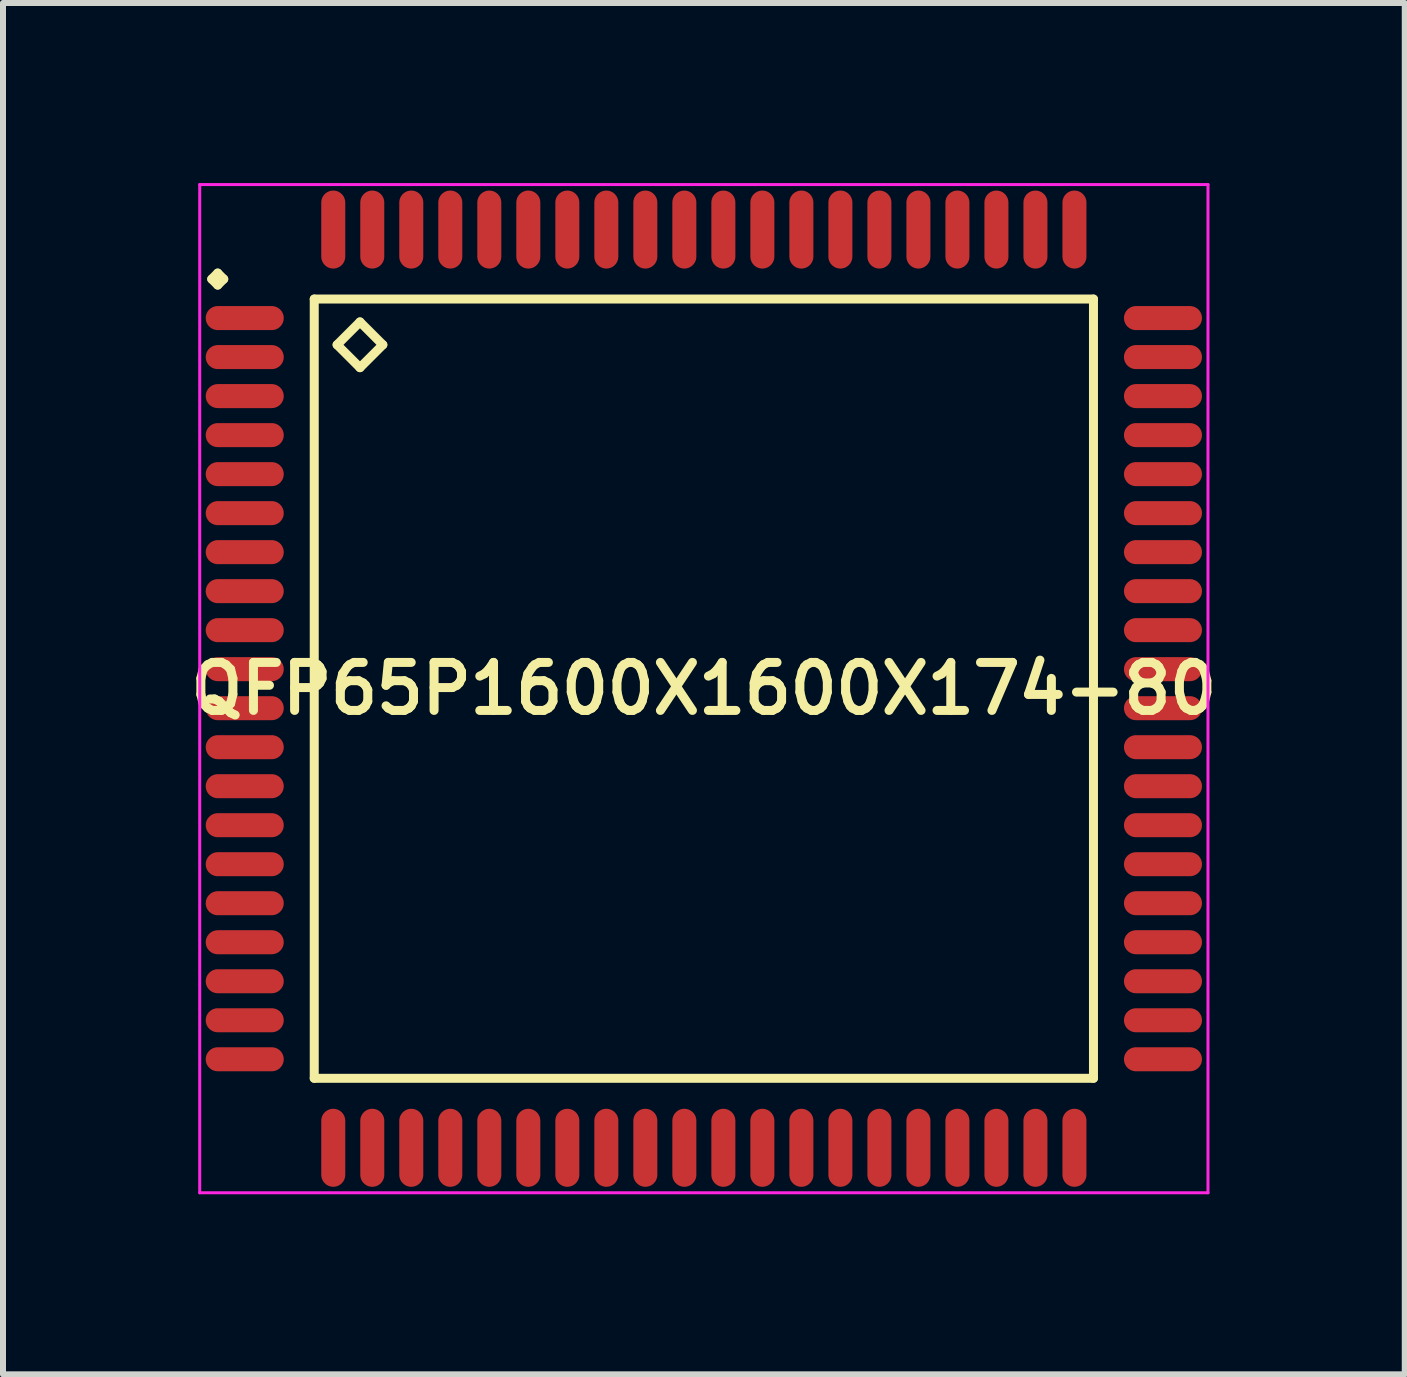
<source format=kicad_pcb>
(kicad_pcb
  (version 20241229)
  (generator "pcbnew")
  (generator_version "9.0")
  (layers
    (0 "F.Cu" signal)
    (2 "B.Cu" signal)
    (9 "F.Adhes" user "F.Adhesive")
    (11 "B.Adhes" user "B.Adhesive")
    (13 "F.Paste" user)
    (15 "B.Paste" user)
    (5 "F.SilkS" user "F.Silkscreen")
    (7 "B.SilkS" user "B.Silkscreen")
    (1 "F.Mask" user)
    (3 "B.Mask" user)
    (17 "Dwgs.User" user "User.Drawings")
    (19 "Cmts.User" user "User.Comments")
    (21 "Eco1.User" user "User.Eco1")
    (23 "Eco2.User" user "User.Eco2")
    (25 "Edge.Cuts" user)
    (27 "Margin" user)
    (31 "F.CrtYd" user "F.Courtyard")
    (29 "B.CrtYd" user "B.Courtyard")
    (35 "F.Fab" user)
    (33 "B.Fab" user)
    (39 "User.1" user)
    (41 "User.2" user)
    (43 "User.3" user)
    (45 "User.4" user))
  (footprint "QFP65P1600X1600X174-80"
    (layer "F.Cu")
    (at 8.678 8.425)
    (property "Reference" "QFP65P1600X1600X174-80" (at 0 0 0) (layer "F.SilkS") (effects (font (size 0.8 0.8) (thickness 0.15))))
    (attr smd)
    (fp_line (start -8.2 -6.825) (end -8.1 -6.925) (stroke (width 0.15) (type solid)) (layer "F.SilkS"))
    (fp_line (start -8.1 -6.925) (end -8 -6.825) (stroke (width 0.15) (type solid)) (layer "F.SilkS"))
    (fp_line (start -8.1 -6.725) (end -8.2 -6.825) (stroke (width 0.15) (type solid)) (layer "F.SilkS"))
    (fp_line (start -8 -6.825) (end -8.1 -6.725) (stroke (width 0.15) (type solid)) (layer "F.SilkS"))
    (fp_line (start -6.492 -6.492) (end -6.492 6.492) (stroke (width 0.15) (type solid)) (layer "F.SilkS"))
    (fp_line (start -6.492 6.492) (end 6.492 6.492) (stroke (width 0.15) (type solid)) (layer "F.SilkS"))
    (fp_line (start -6.111 -5.73) (end -5.73 -6.111) (stroke (width 0.15) (type solid)) (layer "F.SilkS"))
    (fp_line (start -5.73 -6.111) (end -5.349 -5.73) (stroke (width 0.15) (type solid)) (layer "F.SilkS"))
    (fp_line (start -5.73 -5.349) (end -6.111 -5.73) (stroke (width 0.15) (type solid)) (layer "F.SilkS"))
    (fp_line (start -5.349 -5.73) (end -5.73 -5.349) (stroke (width 0.15) (type solid)) (layer "F.SilkS"))
    (fp_line (start 6.492 -6.492) (end -6.492 -6.492) (stroke (width 0.15) (type solid)) (layer "F.SilkS"))
    (fp_line (start 6.492 6.492) (end 6.492 -6.492) (stroke (width 0.15) (type solid)) (layer "F.SilkS"))
    (fp_line (start -8.4 -8.4) (end 8.4 -8.4) (stroke (width 0.05) (type solid)) (layer "F.CrtYd"))
    (fp_line (start -8.4 8.4) (end -8.4 -8.4) (stroke (width 0.05) (type solid)) (layer "F.CrtYd"))
    (fp_line (start 8.4 -8.4) (end 8.4 8.4) (stroke (width 0.05) (type solid)) (layer "F.CrtYd"))
    (fp_line (start 8.4 8.4) (end -8.4 8.4) (stroke (width 0.05) (type solid)) (layer "F.CrtYd"))
    (pad "1" smd oval (at -7.65 -6.175) (size 1.3 0.4) (layers "F.Cu" "F.Mask" "F.Paste"))
    (pad "2" smd oval (at -7.65 -5.525) (size 1.3 0.4) (layers "F.Cu" "F.Mask" "F.Paste"))
    (pad "3" smd oval (at -7.65 -4.875) (size 1.3 0.4) (layers "F.Cu" "F.Mask" "F.Paste"))
    (pad "4" smd oval (at -7.65 -4.225) (size 1.3 0.4) (layers "F.Cu" "F.Mask" "F.Paste"))
    (pad "5" smd oval (at -7.65 -3.575) (size 1.3 0.4) (layers "F.Cu" "F.Mask" "F.Paste"))
    (pad "6" smd oval (at -7.65 -2.925) (size 1.3 0.4) (layers "F.Cu" "F.Mask" "F.Paste"))
    (pad "7" smd oval (at -7.65 -2.275) (size 1.3 0.4) (layers "F.Cu" "F.Mask" "F.Paste"))
    (pad "8" smd oval (at -7.65 -1.625) (size 1.3 0.4) (layers "F.Cu" "F.Mask" "F.Paste"))
    (pad "9" smd oval (at -7.65 -0.975) (size 1.3 0.4) (layers "F.Cu" "F.Mask" "F.Paste"))
    (pad "10" smd oval (at -7.65 -0.325) (size 1.3 0.4) (layers "F.Cu" "F.Mask" "F.Paste"))
    (pad "11" smd oval (at -7.65 0.325) (size 1.3 0.4) (layers "F.Cu" "F.Mask" "F.Paste"))
    (pad "12" smd oval (at -7.65 0.975) (size 1.3 0.4) (layers "F.Cu" "F.Mask" "F.Paste"))
    (pad "13" smd oval (at -7.65 1.625) (size 1.3 0.4) (layers "F.Cu" "F.Mask" "F.Paste"))
    (pad "14" smd oval (at -7.65 2.275) (size 1.3 0.4) (layers "F.Cu" "F.Mask" "F.Paste"))
    (pad "15" smd oval (at -7.65 2.925) (size 1.3 0.4) (layers "F.Cu" "F.Mask" "F.Paste"))
    (pad "16" smd oval (at -7.65 3.575) (size 1.3 0.4) (layers "F.Cu" "F.Mask" "F.Paste"))
    (pad "17" smd oval (at -7.65 4.225) (size 1.3 0.4) (layers "F.Cu" "F.Mask" "F.Paste"))
    (pad "18" smd oval (at -7.65 4.875) (size 1.3 0.4) (layers "F.Cu" "F.Mask" "F.Paste"))
    (pad "19" smd oval (at -7.65 5.525) (size 1.3 0.4) (layers "F.Cu" "F.Mask" "F.Paste"))
    (pad "20" smd oval (at -7.65 6.175) (size 1.3 0.4) (layers "F.Cu" "F.Mask" "F.Paste"))
    (pad "21" smd oval (at -6.175 7.65) (size 0.4 1.3) (layers "F.Cu" "F.Mask" "F.Paste"))
    (pad "22" smd oval (at -5.525 7.65) (size 0.4 1.3) (layers "F.Cu" "F.Mask" "F.Paste"))
    (pad "23" smd oval (at -4.875 7.65) (size 0.4 1.3) (layers "F.Cu" "F.Mask" "F.Paste"))
    (pad "24" smd oval (at -4.225 7.65) (size 0.4 1.3) (layers "F.Cu" "F.Mask" "F.Paste"))
    (pad "25" smd oval (at -3.575 7.65) (size 0.4 1.3) (layers "F.Cu" "F.Mask" "F.Paste"))
    (pad "26" smd oval (at -2.925 7.65) (size 0.4 1.3) (layers "F.Cu" "F.Mask" "F.Paste"))
    (pad "27" smd oval (at -2.275 7.65) (size 0.4 1.3) (layers "F.Cu" "F.Mask" "F.Paste"))
    (pad "28" smd oval (at -1.625 7.65) (size 0.4 1.3) (layers "F.Cu" "F.Mask" "F.Paste"))
    (pad "29" smd oval (at -0.975 7.65) (size 0.4 1.3) (layers "F.Cu" "F.Mask" "F.Paste"))
    (pad "30" smd oval (at -0.325 7.65) (size 0.4 1.3) (layers "F.Cu" "F.Mask" "F.Paste"))
    (pad "31" smd oval (at 0.325 7.65) (size 0.4 1.3) (layers "F.Cu" "F.Mask" "F.Paste"))
    (pad "32" smd oval (at 0.975 7.65) (size 0.4 1.3) (layers "F.Cu" "F.Mask" "F.Paste"))
    (pad "33" smd oval (at 1.625 7.65) (size 0.4 1.3) (layers "F.Cu" "F.Mask" "F.Paste"))
    (pad "34" smd oval (at 2.275 7.65) (size 0.4 1.3) (layers "F.Cu" "F.Mask" "F.Paste"))
    (pad "35" smd oval (at 2.925 7.65) (size 0.4 1.3) (layers "F.Cu" "F.Mask" "F.Paste"))
    (pad "36" smd oval (at 3.575 7.65) (size 0.4 1.3) (layers "F.Cu" "F.Mask" "F.Paste"))
    (pad "37" smd oval (at 4.225 7.65) (size 0.4 1.3) (layers "F.Cu" "F.Mask" "F.Paste"))
    (pad "38" smd oval (at 4.875 7.65) (size 0.4 1.3) (layers "F.Cu" "F.Mask" "F.Paste"))
    (pad "39" smd oval (at 5.525 7.65) (size 0.4 1.3) (layers "F.Cu" "F.Mask" "F.Paste"))
    (pad "40" smd oval (at 6.175 7.65) (size 0.4 1.3) (layers "F.Cu" "F.Mask" "F.Paste"))
    (pad "41" smd oval (at 7.65 6.175) (size 1.3 0.4) (layers "F.Cu" "F.Mask" "F.Paste"))
    (pad "42" smd oval (at 7.65 5.525) (size 1.3 0.4) (layers "F.Cu" "F.Mask" "F.Paste"))
    (pad "43" smd oval (at 7.65 4.875) (size 1.3 0.4) (layers "F.Cu" "F.Mask" "F.Paste"))
    (pad "44" smd oval (at 7.65 4.225) (size 1.3 0.4) (layers "F.Cu" "F.Mask" "F.Paste"))
    (pad "45" smd oval (at 7.65 3.575) (size 1.3 0.4) (layers "F.Cu" "F.Mask" "F.Paste"))
    (pad "46" smd oval (at 7.65 2.925) (size 1.3 0.4) (layers "F.Cu" "F.Mask" "F.Paste"))
    (pad "47" smd oval (at 7.65 2.275) (size 1.3 0.4) (layers "F.Cu" "F.Mask" "F.Paste"))
    (pad "48" smd oval (at 7.65 1.625) (size 1.3 0.4) (layers "F.Cu" "F.Mask" "F.Paste"))
    (pad "49" smd oval (at 7.65 0.975) (size 1.3 0.4) (layers "F.Cu" "F.Mask" "F.Paste"))
    (pad "50" smd oval (at 7.65 0.325) (size 1.3 0.4) (layers "F.Cu" "F.Mask" "F.Paste"))
    (pad "51" smd oval (at 7.65 -0.325) (size 1.3 0.4) (layers "F.Cu" "F.Mask" "F.Paste"))
    (pad "52" smd oval (at 7.65 -0.975) (size 1.3 0.4) (layers "F.Cu" "F.Mask" "F.Paste"))
    (pad "53" smd oval (at 7.65 -1.625) (size 1.3 0.4) (layers "F.Cu" "F.Mask" "F.Paste"))
    (pad "54" smd oval (at 7.65 -2.275) (size 1.3 0.4) (layers "F.Cu" "F.Mask" "F.Paste"))
    (pad "55" smd oval (at 7.65 -2.925) (size 1.3 0.4) (layers "F.Cu" "F.Mask" "F.Paste"))
    (pad "56" smd oval (at 7.65 -3.575) (size 1.3 0.4) (layers "F.Cu" "F.Mask" "F.Paste"))
    (pad "57" smd oval (at 7.65 -4.225) (size 1.3 0.4) (layers "F.Cu" "F.Mask" "F.Paste"))
    (pad "58" smd oval (at 7.65 -4.875) (size 1.3 0.4) (layers "F.Cu" "F.Mask" "F.Paste"))
    (pad "59" smd oval (at 7.65 -5.525) (size 1.3 0.4) (layers "F.Cu" "F.Mask" "F.Paste"))
    (pad "60" smd oval (at 7.65 -6.175) (size 1.3 0.4) (layers "F.Cu" "F.Mask" "F.Paste"))
    (pad "61" smd oval (at 6.175 -7.65) (size 0.4 1.3) (layers "F.Cu" "F.Mask" "F.Paste"))
    (pad "62" smd oval (at 5.525 -7.65) (size 0.4 1.3) (layers "F.Cu" "F.Mask" "F.Paste"))
    (pad "63" smd oval (at 4.875 -7.65) (size 0.4 1.3) (layers "F.Cu" "F.Mask" "F.Paste"))
    (pad "64" smd oval (at 4.225 -7.65) (size 0.4 1.3) (layers "F.Cu" "F.Mask" "F.Paste"))
    (pad "65" smd oval (at 3.575 -7.65) (size 0.4 1.3) (layers "F.Cu" "F.Mask" "F.Paste"))
    (pad "66" smd oval (at 2.925 -7.65) (size 0.4 1.3) (layers "F.Cu" "F.Mask" "F.Paste"))
    (pad "67" smd oval (at 2.275 -7.65) (size 0.4 1.3) (layers "F.Cu" "F.Mask" "F.Paste"))
    (pad "68" smd oval (at 1.625 -7.65) (size 0.4 1.3) (layers "F.Cu" "F.Mask" "F.Paste"))
    (pad "69" smd oval (at 0.975 -7.65) (size 0.4 1.3) (layers "F.Cu" "F.Mask" "F.Paste"))
    (pad "70" smd oval (at 0.325 -7.65) (size 0.4 1.3) (layers "F.Cu" "F.Mask" "F.Paste"))
    (pad "71" smd oval (at -0.325 -7.65) (size 0.4 1.3) (layers "F.Cu" "F.Mask" "F.Paste"))
    (pad "72" smd oval (at -0.975 -7.65) (size 0.4 1.3) (layers "F.Cu" "F.Mask" "F.Paste"))
    (pad "73" smd oval (at -1.625 -7.65) (size 0.4 1.3) (layers "F.Cu" "F.Mask" "F.Paste"))
    (pad "74" smd oval (at -2.275 -7.65) (size 0.4 1.3) (layers "F.Cu" "F.Mask" "F.Paste"))
    (pad "75" smd oval (at -2.925 -7.65) (size 0.4 1.3) (layers "F.Cu" "F.Mask" "F.Paste"))
    (pad "76" smd oval (at -3.575 -7.65) (size 0.4 1.3) (layers "F.Cu" "F.Mask" "F.Paste"))
    (pad "77" smd oval (at -4.225 -7.65) (size 0.4 1.3) (layers "F.Cu" "F.Mask" "F.Paste"))
    (pad "78" smd oval (at -4.875 -7.65) (size 0.4 1.3) (layers "F.Cu" "F.Mask" "F.Paste"))
    (pad "79" smd oval (at -5.525 -7.65) (size 0.4 1.3) (layers "F.Cu" "F.Mask" "F.Paste"))
    (pad "80" smd oval (at -6.175 -7.65) (size 0.4 1.3) (layers "F.Cu" "F.Mask" "F.Paste")))
  (gr_rect
    (start -3 -3)
    (end 20.357 19.85)
    (stroke (width 0.1) (type default))
    (fill no)
    (layer "Edge.Cuts")))
</source>
